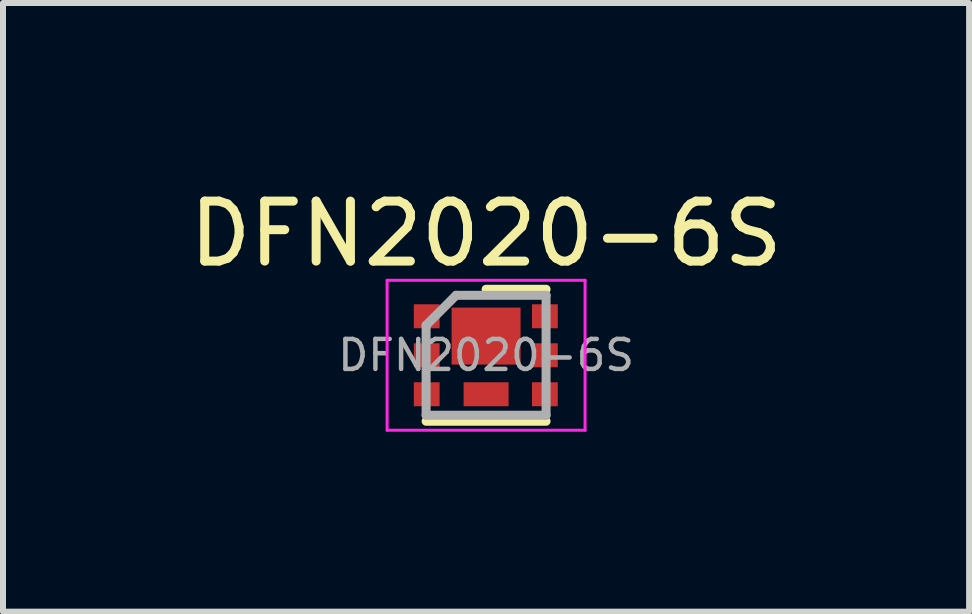
<source format=kicad_pcb>
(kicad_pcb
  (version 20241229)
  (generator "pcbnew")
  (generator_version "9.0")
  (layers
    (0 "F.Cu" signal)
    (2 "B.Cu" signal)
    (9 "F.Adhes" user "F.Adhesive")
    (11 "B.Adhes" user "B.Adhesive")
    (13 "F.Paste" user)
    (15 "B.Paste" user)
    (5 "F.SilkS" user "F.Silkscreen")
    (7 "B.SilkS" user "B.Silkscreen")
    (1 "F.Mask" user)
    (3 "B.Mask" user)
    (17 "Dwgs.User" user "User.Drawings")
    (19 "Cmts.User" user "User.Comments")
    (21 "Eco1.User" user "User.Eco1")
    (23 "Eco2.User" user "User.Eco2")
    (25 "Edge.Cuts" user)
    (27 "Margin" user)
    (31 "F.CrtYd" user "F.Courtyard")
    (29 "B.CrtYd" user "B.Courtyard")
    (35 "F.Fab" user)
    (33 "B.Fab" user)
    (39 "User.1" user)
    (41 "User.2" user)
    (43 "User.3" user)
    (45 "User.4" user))
  (footprint "DFN2020-6S"
    (layer "F.Cu")
    (at 5.054 2.873)
    (property "Reference" "DFN2020-6S" (at 0 -2.025 0) (layer "F.SilkS") (effects (font (size 1 1) (thickness 0.15))))
    (attr smd)
    (fp_line (start -1 1.1) (end 1 1.1) (stroke (width 0.15) (type solid)) (layer "F.SilkS"))
    (fp_line (start 0 -1.1) (end 1 -1.1) (stroke (width 0.15) (type solid)) (layer "F.SilkS"))
    (fp_line (start -1.65 -1.25) (end -1.65 1.25) (stroke (width 0.05) (type solid)) (layer "F.CrtYd"))
    (fp_line (start -1.65 -1.25) (end 1.65 -1.25) (stroke (width 0.05) (type solid)) (layer "F.CrtYd"))
    (fp_line (start -1.65 1.25) (end 1.65 1.25) (stroke (width 0.05) (type solid)) (layer "F.CrtYd"))
    (fp_line (start 1.65 -1.25) (end 1.65 1.25) (stroke (width 0.05) (type solid)) (layer "F.CrtYd"))
    (fp_line (start -1 -0.5) (end -0.5 -1) (stroke (width 0.15) (type solid)) (layer "F.Fab"))
    (fp_line (start -1 1) (end -1 -0.5) (stroke (width 0.15) (type solid)) (layer "F.Fab"))
    (fp_line (start -0.5 -1) (end 1 -1) (stroke (width 0.15) (type solid)) (layer "F.Fab"))
    (fp_line (start 1 -1) (end 1 1) (stroke (width 0.15) (type solid)) (layer "F.Fab"))
    (fp_line (start 1 1) (end -1 1) (stroke (width 0.15) (type solid)) (layer "F.Fab"))
    (fp_text user "${REFERENCE}" (at 0 0 0) (layer "F.Fab") (effects (font (size 0.5 0.5) (thickness 0.075))))
    (pad "1" smd rect (at -0.99 -0.65) (size 0.43 0.4) (layers "F.Cu" "F.Mask" "F.Paste"))
    (pad "2" smd rect (at -0.99 0) (size 0.43 0.4) (layers "F.Cu" "F.Mask" "F.Paste"))
    (pad "3" smd rect (at -0.99 0.65) (size 0.43 0.4) (layers "F.Cu" "F.Mask" "F.Paste"))
    (pad "4" smd rect (at 0.98 0.65) (size 0.43 0.4) (layers "F.Cu" "F.Mask" "F.Paste"))
    (pad "5" smd rect (at 0.98 0) (size 0.43 0.4) (layers "F.Cu" "F.Mask" "F.Paste"))
    (pad "6" smd rect (at 0.98 -0.65) (size 0.43 0.4) (layers "F.Cu" "F.Mask" "F.Paste"))
    (pad "7" smd rect (at 0 -0.32) (size 1.15 0.95) (layers "F.Cu" "F.Mask" "F.Paste"))
    (pad "8" smd rect (at 0 0.65) (size 0.75 0.4) (layers "F.Cu" "F.Mask" "F.Paste")))
  (gr_rect
    (start -3 -3)
    (end 13.107 7.148)
    (stroke (width 0.1) (type default))
    (fill no)
    (layer "Edge.Cuts")))
</source>
